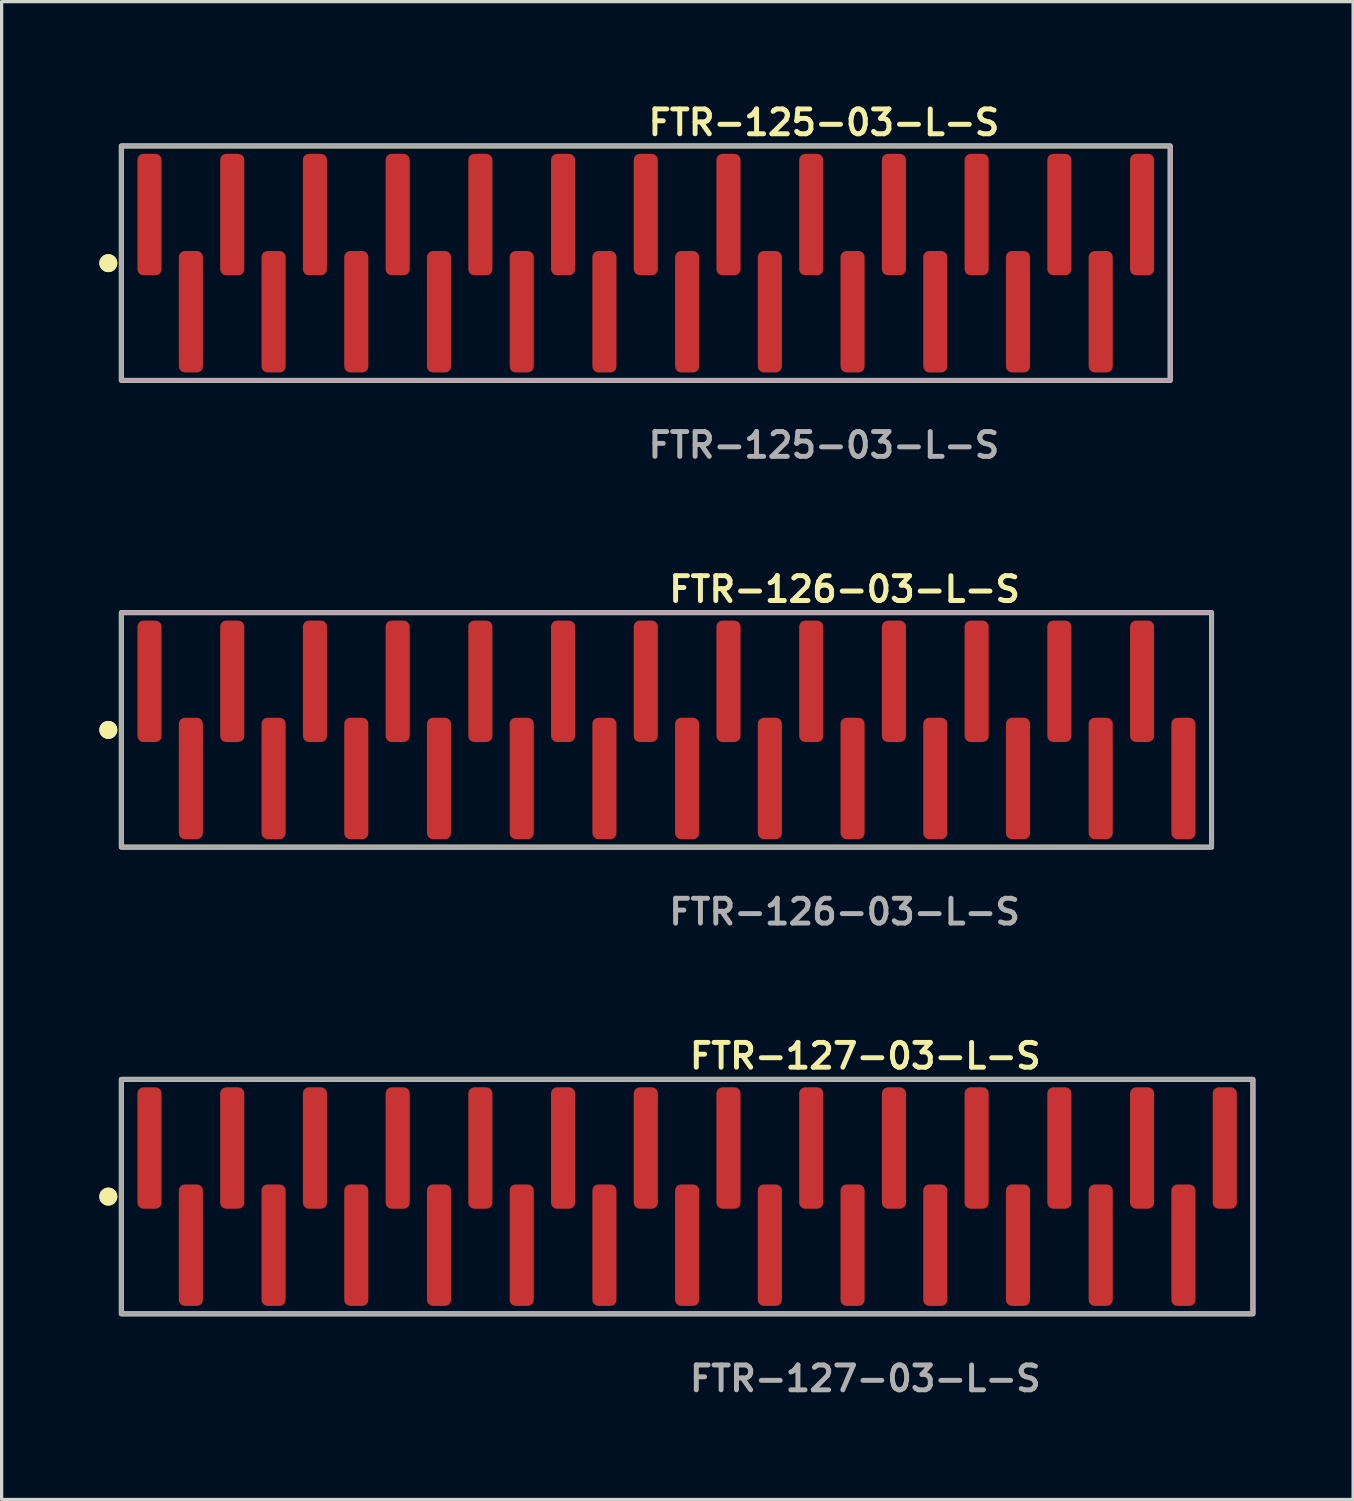
<source format=kicad_pcb>
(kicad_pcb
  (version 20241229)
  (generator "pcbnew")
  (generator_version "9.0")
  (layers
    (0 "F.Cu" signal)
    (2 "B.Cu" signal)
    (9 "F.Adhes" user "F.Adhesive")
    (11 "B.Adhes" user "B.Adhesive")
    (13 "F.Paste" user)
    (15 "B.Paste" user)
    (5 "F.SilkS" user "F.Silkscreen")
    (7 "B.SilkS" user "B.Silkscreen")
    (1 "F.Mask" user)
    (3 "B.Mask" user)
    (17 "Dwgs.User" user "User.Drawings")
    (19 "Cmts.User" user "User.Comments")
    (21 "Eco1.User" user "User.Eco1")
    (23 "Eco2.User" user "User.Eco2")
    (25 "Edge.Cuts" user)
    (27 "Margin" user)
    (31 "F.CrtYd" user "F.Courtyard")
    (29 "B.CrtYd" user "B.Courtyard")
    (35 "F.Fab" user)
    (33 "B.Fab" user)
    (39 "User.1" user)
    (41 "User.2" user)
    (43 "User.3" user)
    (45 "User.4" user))
  (footprint "FTR-125-03-L-S"
    (layer "F.Cu")
    (at 16.781 5.031)
    (property "Reference" "FTR-125-03-L-S" (at 0 -4.318 0) (unlocked yes) (layer "F.SilkS") (effects (font (size 0.762 0.762) (thickness 0.152)) (justify left)))
    (fp_rect (start -16.105 3.6) (end 16.105 -3.6) (stroke (width 0.152) (type solid)) (fill no) (layer "F.SilkS"))
    (fp_circle (center -16.505 0) (end -16.705 0) (stroke (width 0.152) (type solid)) (fill yes) (layer "F.SilkS"))
    (fp_circle (center -16.505 0) (end -16.705 0) (stroke (width 0.152) (type solid)) (fill yes) (layer "F.SilkS"))
    (fp_rect (start -16.105 3.6) (end 16.105 -3.6) (stroke (width 0.006) (type solid)) (fill no) (layer "F.CrtYd"))
    (fp_rect (start -16.105 3.6) (end 16.105 -3.6) (stroke (width 0.152) (type solid)) (fill no) (layer "F.Fab"))
    (fp_text user "${REFERENCE}" (at 0 5.588 0) (unlocked yes) (layer "F.Fab") (effects (font (size 0.762 0.762) (thickness 0.152)) (justify left)))
    (pad "1" smd roundrect (at -15.24 -1.492) (size 0.74 3.73) (layers "F.Cu" "F.Paste") (roundrect_rratio 0.25))
    (pad "2" smd roundrect (at -13.97 1.492) (size 0.74 3.73) (layers "F.Cu" "F.Paste") (roundrect_rratio 0.25))
    (pad "3" smd roundrect (at -12.7 -1.492) (size 0.74 3.73) (layers "F.Cu" "F.Paste") (roundrect_rratio 0.25))
    (pad "4" smd roundrect (at -11.43 1.492) (size 0.74 3.73) (layers "F.Cu" "F.Paste") (roundrect_rratio 0.25))
    (pad "5" smd roundrect (at -10.16 -1.492) (size 0.74 3.73) (layers "F.Cu" "F.Paste") (roundrect_rratio 0.25))
    (pad "6" smd roundrect (at -8.89 1.492) (size 0.74 3.73) (layers "F.Cu" "F.Paste") (roundrect_rratio 0.25))
    (pad "7" smd roundrect (at -7.62 -1.492) (size 0.74 3.73) (layers "F.Cu" "F.Paste") (roundrect_rratio 0.25))
    (pad "8" smd roundrect (at -6.35 1.492) (size 0.74 3.73) (layers "F.Cu" "F.Paste") (roundrect_rratio 0.25))
    (pad "9" smd roundrect (at -5.08 -1.492) (size 0.74 3.73) (layers "F.Cu" "F.Paste") (roundrect_rratio 0.25))
    (pad "10" smd roundrect (at -3.81 1.492) (size 0.74 3.73) (layers "F.Cu" "F.Paste") (roundrect_rratio 0.25))
    (pad "11" smd roundrect (at -2.54 -1.492) (size 0.74 3.73) (layers "F.Cu" "F.Paste") (roundrect_rratio 0.25))
    (pad "12" smd roundrect (at -1.27 1.492) (size 0.74 3.73) (layers "F.Cu" "F.Paste") (roundrect_rratio 0.25))
    (pad "13" smd roundrect (at 0 -1.492) (size 0.74 3.73) (layers "F.Cu" "F.Paste") (roundrect_rratio 0.25))
    (pad "14" smd roundrect (at 1.27 1.492) (size 0.74 3.73) (layers "F.Cu" "F.Paste") (roundrect_rratio 0.25))
    (pad "15" smd roundrect (at 2.54 -1.492) (size 0.74 3.73) (layers "F.Cu" "F.Paste") (roundrect_rratio 0.25))
    (pad "16" smd roundrect (at 3.81 1.492) (size 0.74 3.73) (layers "F.Cu" "F.Paste") (roundrect_rratio 0.25))
    (pad "17" smd roundrect (at 5.08 -1.492) (size 0.74 3.73) (layers "F.Cu" "F.Paste") (roundrect_rratio 0.25))
    (pad "18" smd roundrect (at 6.35 1.492) (size 0.74 3.73) (layers "F.Cu" "F.Paste") (roundrect_rratio 0.25))
    (pad "19" smd roundrect (at 7.62 -1.492) (size 0.74 3.73) (layers "F.Cu" "F.Paste") (roundrect_rratio 0.25))
    (pad "20" smd roundrect (at 8.89 1.492) (size 0.74 3.73) (layers "F.Cu" "F.Paste") (roundrect_rratio 0.25))
    (pad "21" smd roundrect (at 10.16 -1.492) (size 0.74 3.73) (layers "F.Cu" "F.Paste") (roundrect_rratio 0.25))
    (pad "22" smd roundrect (at 11.43 1.492) (size 0.74 3.73) (layers "F.Cu" "F.Paste") (roundrect_rratio 0.25))
    (pad "23" smd roundrect (at 12.7 -1.492) (size 0.74 3.73) (layers "F.Cu" "F.Paste") (roundrect_rratio 0.25))
    (pad "24" smd roundrect (at 13.97 1.492) (size 0.74 3.73) (layers "F.Cu" "F.Paste") (roundrect_rratio 0.25))
    (pad "25" smd roundrect (at 15.24 -1.492) (size 0.74 3.73) (layers "F.Cu" "F.Paste") (roundrect_rratio 0.25)))
  (footprint "FTR-126-03-L-S"
    (layer "F.Cu")
    (at 17.416 19.364)
    (property "Reference" "FTR-126-03-L-S" (at 0 -4.318 0) (unlocked yes) (layer "F.SilkS") (effects (font (size 0.762 0.762) (thickness 0.152)) (justify left)))
    (fp_rect (start -16.74 3.6) (end 16.74 -3.6) (stroke (width 0.152) (type solid)) (fill no) (layer "F.SilkS"))
    (fp_circle (center -17.14 0) (end -17.34 0) (stroke (width 0.152) (type solid)) (fill yes) (layer "F.SilkS"))
    (fp_circle (center -17.14 0) (end -17.34 0) (stroke (width 0.152) (type solid)) (fill yes) (layer "F.SilkS"))
    (fp_rect (start -16.74 3.6) (end 16.74 -3.6) (stroke (width 0.006) (type solid)) (fill no) (layer "F.CrtYd"))
    (fp_rect (start -16.74 3.6) (end 16.74 -3.6) (stroke (width 0.152) (type solid)) (fill no) (layer "F.Fab"))
    (fp_text user "${REFERENCE}" (at 0 5.588 0) (unlocked yes) (layer "F.Fab") (effects (font (size 0.762 0.762) (thickness 0.152)) (justify left)))
    (pad "1" smd roundrect (at -15.875 -1.492) (size 0.74 3.73) (layers "F.Cu" "F.Paste") (roundrect_rratio 0.25))
    (pad "2" smd roundrect (at -14.605 1.492) (size 0.74 3.73) (layers "F.Cu" "F.Paste") (roundrect_rratio 0.25))
    (pad "3" smd roundrect (at -13.335 -1.492) (size 0.74 3.73) (layers "F.Cu" "F.Paste") (roundrect_rratio 0.25))
    (pad "4" smd roundrect (at -12.065 1.492) (size 0.74 3.73) (layers "F.Cu" "F.Paste") (roundrect_rratio 0.25))
    (pad "5" smd roundrect (at -10.795 -1.492) (size 0.74 3.73) (layers "F.Cu" "F.Paste") (roundrect_rratio 0.25))
    (pad "6" smd roundrect (at -9.525 1.492) (size 0.74 3.73) (layers "F.Cu" "F.Paste") (roundrect_rratio 0.25))
    (pad "7" smd roundrect (at -8.255 -1.492) (size 0.74 3.73) (layers "F.Cu" "F.Paste") (roundrect_rratio 0.25))
    (pad "8" smd roundrect (at -6.985 1.492) (size 0.74 3.73) (layers "F.Cu" "F.Paste") (roundrect_rratio 0.25))
    (pad "9" smd roundrect (at -5.715 -1.492) (size 0.74 3.73) (layers "F.Cu" "F.Paste") (roundrect_rratio 0.25))
    (pad "10" smd roundrect (at -4.445 1.492) (size 0.74 3.73) (layers "F.Cu" "F.Paste") (roundrect_rratio 0.25))
    (pad "11" smd roundrect (at -3.175 -1.492) (size 0.74 3.73) (layers "F.Cu" "F.Paste") (roundrect_rratio 0.25))
    (pad "12" smd roundrect (at -1.905 1.492) (size 0.74 3.73) (layers "F.Cu" "F.Paste") (roundrect_rratio 0.25))
    (pad "13" smd roundrect (at -0.635 -1.492) (size 0.74 3.73) (layers "F.Cu" "F.Paste") (roundrect_rratio 0.25))
    (pad "14" smd roundrect (at 0.635 1.492) (size 0.74 3.73) (layers "F.Cu" "F.Paste") (roundrect_rratio 0.25))
    (pad "15" smd roundrect (at 1.905 -1.492) (size 0.74 3.73) (layers "F.Cu" "F.Paste") (roundrect_rratio 0.25))
    (pad "16" smd roundrect (at 3.175 1.492) (size 0.74 3.73) (layers "F.Cu" "F.Paste") (roundrect_rratio 0.25))
    (pad "17" smd roundrect (at 4.445 -1.492) (size 0.74 3.73) (layers "F.Cu" "F.Paste") (roundrect_rratio 0.25))
    (pad "18" smd roundrect (at 5.715 1.492) (size 0.74 3.73) (layers "F.Cu" "F.Paste") (roundrect_rratio 0.25))
    (pad "19" smd roundrect (at 6.985 -1.492) (size 0.74 3.73) (layers "F.Cu" "F.Paste") (roundrect_rratio 0.25))
    (pad "20" smd roundrect (at 8.255 1.492) (size 0.74 3.73) (layers "F.Cu" "F.Paste") (roundrect_rratio 0.25))
    (pad "21" smd roundrect (at 9.525 -1.492) (size 0.74 3.73) (layers "F.Cu" "F.Paste") (roundrect_rratio 0.25))
    (pad "22" smd roundrect (at 10.795 1.492) (size 0.74 3.73) (layers "F.Cu" "F.Paste") (roundrect_rratio 0.25))
    (pad "23" smd roundrect (at 12.065 -1.492) (size 0.74 3.73) (layers "F.Cu" "F.Paste") (roundrect_rratio 0.25))
    (pad "24" smd roundrect (at 13.335 1.492) (size 0.74 3.73) (layers "F.Cu" "F.Paste") (roundrect_rratio 0.25))
    (pad "25" smd roundrect (at 14.605 -1.492) (size 0.74 3.73) (layers "F.Cu" "F.Paste") (roundrect_rratio 0.25))
    (pad "26" smd roundrect (at 15.875 1.492) (size 0.74 3.73) (layers "F.Cu" "F.Paste") (roundrect_rratio 0.25)))
  (footprint "FTR-127-03-L-S"
    (layer "F.Cu")
    (at 18.051 33.696)
    (property "Reference" "FTR-127-03-L-S" (at 0 -4.318 0) (unlocked yes) (layer "F.SilkS") (effects (font (size 0.762 0.762) (thickness 0.152)) (justify left)))
    (fp_rect (start -17.375 3.6) (end 17.375 -3.6) (stroke (width 0.152) (type solid)) (fill no) (layer "F.SilkS"))
    (fp_circle (center -17.775 0) (end -17.975 0) (stroke (width 0.152) (type solid)) (fill yes) (layer "F.SilkS"))
    (fp_circle (center -17.775 0) (end -17.975 0) (stroke (width 0.152) (type solid)) (fill yes) (layer "F.SilkS"))
    (fp_rect (start -17.375 3.6) (end 17.375 -3.6) (stroke (width 0.006) (type solid)) (fill no) (layer "F.CrtYd"))
    (fp_rect (start -17.375 3.6) (end 17.375 -3.6) (stroke (width 0.152) (type solid)) (fill no) (layer "F.Fab"))
    (fp_text user "${REFERENCE}" (at 0 5.588 0) (unlocked yes) (layer "F.Fab") (effects (font (size 0.762 0.762) (thickness 0.152)) (justify left)))
    (pad "1" smd roundrect (at -16.51 -1.492) (size 0.74 3.73) (layers "F.Cu" "F.Paste") (roundrect_rratio 0.25))
    (pad "2" smd roundrect (at -15.24 1.492) (size 0.74 3.73) (layers "F.Cu" "F.Paste") (roundrect_rratio 0.25))
    (pad "3" smd roundrect (at -13.97 -1.492) (size 0.74 3.73) (layers "F.Cu" "F.Paste") (roundrect_rratio 0.25))
    (pad "4" smd roundrect (at -12.7 1.492) (size 0.74 3.73) (layers "F.Cu" "F.Paste") (roundrect_rratio 0.25))
    (pad "5" smd roundrect (at -11.43 -1.492) (size 0.74 3.73) (layers "F.Cu" "F.Paste") (roundrect_rratio 0.25))
    (pad "6" smd roundrect (at -10.16 1.492) (size 0.74 3.73) (layers "F.Cu" "F.Paste") (roundrect_rratio 0.25))
    (pad "7" smd roundrect (at -8.89 -1.492) (size 0.74 3.73) (layers "F.Cu" "F.Paste") (roundrect_rratio 0.25))
    (pad "8" smd roundrect (at -7.62 1.492) (size 0.74 3.73) (layers "F.Cu" "F.Paste") (roundrect_rratio 0.25))
    (pad "9" smd roundrect (at -6.35 -1.492) (size 0.74 3.73) (layers "F.Cu" "F.Paste") (roundrect_rratio 0.25))
    (pad "10" smd roundrect (at -5.08 1.492) (size 0.74 3.73) (layers "F.Cu" "F.Paste") (roundrect_rratio 0.25))
    (pad "11" smd roundrect (at -3.81 -1.492) (size 0.74 3.73) (layers "F.Cu" "F.Paste") (roundrect_rratio 0.25))
    (pad "12" smd roundrect (at -2.54 1.492) (size 0.74 3.73) (layers "F.Cu" "F.Paste") (roundrect_rratio 0.25))
    (pad "13" smd roundrect (at -1.27 -1.492) (size 0.74 3.73) (layers "F.Cu" "F.Paste") (roundrect_rratio 0.25))
    (pad "14" smd roundrect (at 0 1.492) (size 0.74 3.73) (layers "F.Cu" "F.Paste") (roundrect_rratio 0.25))
    (pad "15" smd roundrect (at 1.27 -1.492) (size 0.74 3.73) (layers "F.Cu" "F.Paste") (roundrect_rratio 0.25))
    (pad "16" smd roundrect (at 2.54 1.492) (size 0.74 3.73) (layers "F.Cu" "F.Paste") (roundrect_rratio 0.25))
    (pad "17" smd roundrect (at 3.81 -1.492) (size 0.74 3.73) (layers "F.Cu" "F.Paste") (roundrect_rratio 0.25))
    (pad "18" smd roundrect (at 5.08 1.492) (size 0.74 3.73) (layers "F.Cu" "F.Paste") (roundrect_rratio 0.25))
    (pad "19" smd roundrect (at 6.35 -1.492) (size 0.74 3.73) (layers "F.Cu" "F.Paste") (roundrect_rratio 0.25))
    (pad "20" smd roundrect (at 7.62 1.492) (size 0.74 3.73) (layers "F.Cu" "F.Paste") (roundrect_rratio 0.25))
    (pad "21" smd roundrect (at 8.89 -1.492) (size 0.74 3.73) (layers "F.Cu" "F.Paste") (roundrect_rratio 0.25))
    (pad "22" smd roundrect (at 10.16 1.492) (size 0.74 3.73) (layers "F.Cu" "F.Paste") (roundrect_rratio 0.25))
    (pad "23" smd roundrect (at 11.43 -1.492) (size 0.74 3.73) (layers "F.Cu" "F.Paste") (roundrect_rratio 0.25))
    (pad "24" smd roundrect (at 12.7 1.492) (size 0.74 3.73) (layers "F.Cu" "F.Paste") (roundrect_rratio 0.25))
    (pad "25" smd roundrect (at 13.97 -1.492) (size 0.74 3.73) (layers "F.Cu" "F.Paste") (roundrect_rratio 0.25))
    (pad "26" smd roundrect (at 15.24 1.492) (size 0.74 3.73) (layers "F.Cu" "F.Paste") (roundrect_rratio 0.25))
    (pad "27" smd roundrect (at 16.51 -1.492) (size 0.74 3.73) (layers "F.Cu" "F.Paste") (roundrect_rratio 0.25)))
  (gr_rect
    (start -3 -3)
    (end 38.502 42.997)
    (stroke (width 0.1) (type default))
    (fill no)
    (layer "Edge.Cuts")))
</source>
